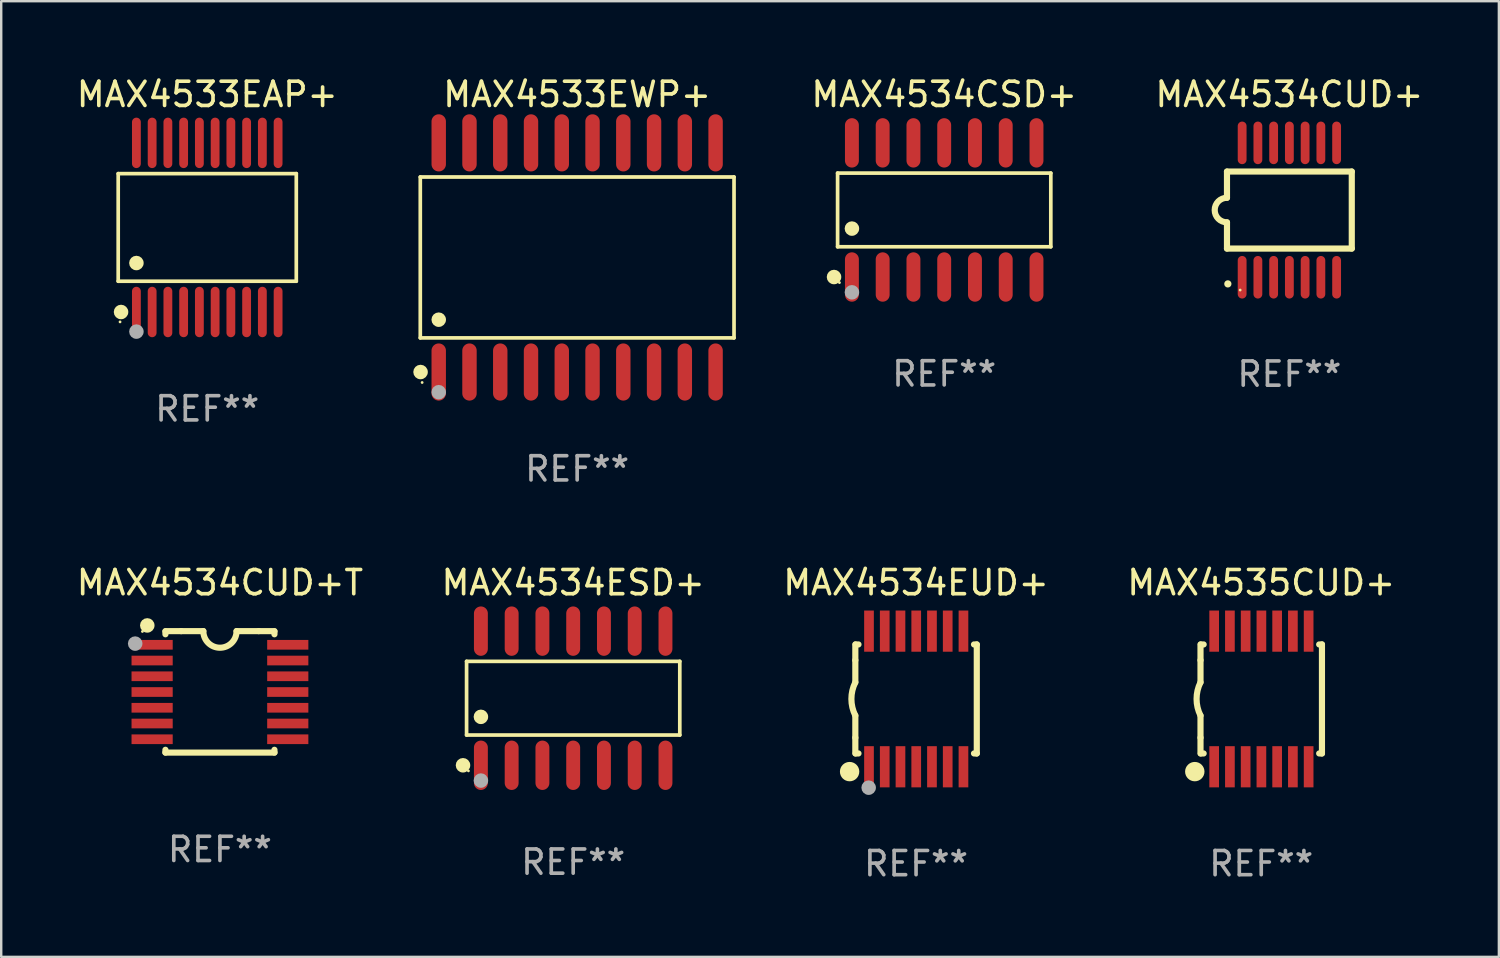
<source format=kicad_pcb>
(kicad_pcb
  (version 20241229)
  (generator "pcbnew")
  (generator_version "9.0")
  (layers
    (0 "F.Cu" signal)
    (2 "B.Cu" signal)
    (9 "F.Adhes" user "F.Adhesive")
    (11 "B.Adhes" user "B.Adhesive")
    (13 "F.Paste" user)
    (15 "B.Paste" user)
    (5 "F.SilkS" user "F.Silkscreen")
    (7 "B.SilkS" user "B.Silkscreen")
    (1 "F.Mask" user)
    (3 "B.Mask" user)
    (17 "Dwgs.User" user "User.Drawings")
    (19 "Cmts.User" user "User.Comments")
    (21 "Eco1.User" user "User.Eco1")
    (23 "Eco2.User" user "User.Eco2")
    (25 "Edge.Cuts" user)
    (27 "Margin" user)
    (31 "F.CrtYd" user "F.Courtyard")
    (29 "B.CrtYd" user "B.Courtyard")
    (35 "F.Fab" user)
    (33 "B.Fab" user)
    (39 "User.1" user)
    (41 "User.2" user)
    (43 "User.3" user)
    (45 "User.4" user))
  (footprint "MAX4533EWP+"
    (layer "F.Cu")
    (at 20.777 7.578)
    (property "Reference" "MAX4533EWP+" (at 0 -6.73 0) (layer "F.SilkS") (effects (font (size 1 1) (thickness 0.15))))
    (attr through_hole)
    (fp_line (start -6.476 -3.321) (end 6.476 -3.321) (stroke (width 0.152) (type solid)) (layer "F.SilkS"))
    (fp_line (start -6.476 3.321) (end -6.476 -3.321) (stroke (width 0.152) (type solid)) (layer "F.SilkS"))
    (fp_line (start 6.476 -3.321) (end 6.476 3.321) (stroke (width 0.152) (type solid)) (layer "F.SilkS"))
    (fp_line (start 6.476 3.321) (end -6.476 3.321) (stroke (width 0.152) (type solid)) (layer "F.SilkS"))
    (fp_circle (center -6.465 4.73) (end -6.315 4.73) (stroke (width 0.3) (type solid)) (fill no) (layer "F.SilkS"))
    (fp_circle (center -6.4 5.163) (end -6.37 5.163) (stroke (width 0.06) (type solid)) (fill no) (layer "F.SilkS"))
    (fp_circle (center -5.715 2.569) (end -5.565 2.569) (stroke (width 0.3) (type solid)) (fill no) (layer "F.SilkS"))
    (fp_circle (center -5.715 5.563) (end -5.565 5.563) (stroke (width 0.3) (type solid)) (fill no) (layer "F.Fab"))
    (fp_text user "REF**" (at 0 8.73 0) (layer "F.Fab") (effects (font (size 1 1) (thickness 0.15))))
    (pad "1" smd oval (at -5.715 4.73) (size 0.595 2.36) (layers "F.Cu" "F.Mask" "F.Paste"))
    (pad "2" smd oval (at -4.445 4.73) (size 0.595 2.36) (layers "F.Cu" "F.Mask" "F.Paste"))
    (pad "3" smd oval (at -3.175 4.73) (size 0.595 2.36) (layers "F.Cu" "F.Mask" "F.Paste"))
    (pad "4" smd oval (at -1.905 4.73) (size 0.595 2.36) (layers "F.Cu" "F.Mask" "F.Paste"))
    (pad "5" smd oval (at -0.635 4.73) (size 0.595 2.36) (layers "F.Cu" "F.Mask" "F.Paste"))
    (pad "6" smd oval (at 0.635 4.73) (size 0.595 2.36) (layers "F.Cu" "F.Mask" "F.Paste"))
    (pad "7" smd oval (at 1.905 4.73) (size 0.595 2.36) (layers "F.Cu" "F.Mask" "F.Paste"))
    (pad "8" smd oval (at 3.175 4.73) (size 0.595 2.36) (layers "F.Cu" "F.Mask" "F.Paste"))
    (pad "9" smd oval (at 4.445 4.73) (size 0.595 2.36) (layers "F.Cu" "F.Mask" "F.Paste"))
    (pad "10" smd oval (at 5.715 4.73) (size 0.595 2.36) (layers "F.Cu" "F.Mask" "F.Paste"))
    (pad "11" smd oval (at 5.715 -4.73) (size 0.595 2.36) (layers "F.Cu" "F.Mask" "F.Paste"))
    (pad "12" smd oval (at 4.445 -4.73) (size 0.595 2.36) (layers "F.Cu" "F.Mask" "F.Paste"))
    (pad "13" smd oval (at 3.175 -4.73) (size 0.595 2.36) (layers "F.Cu" "F.Mask" "F.Paste"))
    (pad "14" smd oval (at 1.905 -4.73) (size 0.595 2.36) (layers "F.Cu" "F.Mask" "F.Paste"))
    (pad "15" smd oval (at 0.635 -4.73) (size 0.595 2.36) (layers "F.Cu" "F.Mask" "F.Paste"))
    (pad "16" smd oval (at -0.635 -4.73) (size 0.595 2.36) (layers "F.Cu" "F.Mask" "F.Paste"))
    (pad "17" smd oval (at -1.905 -4.73) (size 0.595 2.36) (layers "F.Cu" "F.Mask" "F.Paste"))
    (pad "18" smd oval (at -3.175 -4.73) (size 0.595 2.36) (layers "F.Cu" "F.Mask" "F.Paste"))
    (pad "19" smd oval (at -4.445 -4.73) (size 0.595 2.36) (layers "F.Cu" "F.Mask" "F.Paste"))
    (pad "20" smd oval (at -5.715 -4.73) (size 0.595 2.36) (layers "F.Cu" "F.Mask" "F.Paste")))
  (footprint "MAX4534CUD+"
    (layer "F.Cu")
    (at 50.18 5.622)
    (property "Reference" "MAX4534CUD+" (at 0 -4.774 0) (layer "F.SilkS") (effects (font (size 1 1) (thickness 0.15))))
    (attr through_hole)
    (fp_line (start -2.576 -1.59) (end -2.576 -0.508) (stroke (width 0.254) (type solid)) (layer "F.SilkS"))
    (fp_line (start -2.576 -1.59) (end 2.576 -1.59) (stroke (width 0.254) (type solid)) (layer "F.SilkS"))
    (fp_line (start -2.576 1.59) (end -2.576 0.508) (stroke (width 0.254) (type solid)) (layer "F.SilkS"))
    (fp_line (start 2.576 -1.59) (end 2.576 1.59) (stroke (width 0.254) (type solid)) (layer "F.SilkS"))
    (fp_line (start 2.576 1.59) (end -2.576 1.59) (stroke (width 0.254) (type solid)) (layer "F.SilkS"))
    (fp_arc (start -2.576099 0.506706) (mid -3.081511 0) (end -2.576098 -0.506706) (stroke (width 0.254001) (type solid)) (layer "F.SilkS"))
    (fp_circle (center -2.54 3.048) (end -2.465 3.048) (stroke (width 0.15) (type solid)) (fill no) (layer "F.SilkS"))
    (fp_circle (center -2.032 3.302) (end -2.002 3.302) (stroke (width 0.06) (type solid)) (fill no) (layer "F.SilkS"))
    (fp_text user "REF**" (at 0 6.774 0) (layer "F.Fab") (effects (font (size 1 1) (thickness 0.15))))
    (pad "1" smd oval (at -1.95 2.774) (size 0.364 1.758) (layers "F.Cu" "F.Mask" "F.Paste"))
    (pad "2" smd oval (at -1.3 2.774) (size 0.364 1.758) (layers "F.Cu" "F.Mask" "F.Paste"))
    (pad "3" smd oval (at -0.65 2.774) (size 0.364 1.758) (layers "F.Cu" "F.Mask" "F.Paste"))
    (pad "4" smd oval (at 0 2.774) (size 0.364 1.758) (layers "F.Cu" "F.Mask" "F.Paste"))
    (pad "5" smd oval (at 0.65 2.774) (size 0.364 1.758) (layers "F.Cu" "F.Mask" "F.Paste"))
    (pad "6" smd oval (at 1.3 2.774) (size 0.364 1.758) (layers "F.Cu" "F.Mask" "F.Paste"))
    (pad "7" smd oval (at 1.95 2.774) (size 0.364 1.758) (layers "F.Cu" "F.Mask" "F.Paste"))
    (pad "8" smd oval (at 1.95 -2.774) (size 0.364 1.758) (layers "F.Cu" "F.Mask" "F.Paste"))
    (pad "9" smd oval (at 1.3 -2.774) (size 0.364 1.758) (layers "F.Cu" "F.Mask" "F.Paste"))
    (pad "10" smd oval (at 0.65 -2.774) (size 0.364 1.758) (layers "F.Cu" "F.Mask" "F.Paste"))
    (pad "11" smd oval (at 0 -2.774) (size 0.364 1.758) (layers "F.Cu" "F.Mask" "F.Paste"))
    (pad "12" smd oval (at -0.65 -2.774) (size 0.364 1.758) (layers "F.Cu" "F.Mask" "F.Paste"))
    (pad "13" smd oval (at -1.3 -2.774) (size 0.364 1.758) (layers "F.Cu" "F.Mask" "F.Paste"))
    (pad "14" smd oval (at -1.95 -2.774) (size 0.364 1.758) (layers "F.Cu" "F.Mask" "F.Paste")))
  (footprint "MAX4534EUD+"
    (layer "F.Cu")
    (at 34.768 25.805)
    (property "Reference" "MAX4534EUD+" (at 0 -4.8 0) (layer "F.SilkS") (effects (font (size 1 1) (thickness 0.15))))
    (attr through_hole)
    (fp_line (start -2.507 -1.6) (end -2.507 -2.25) (stroke (width 0.254) (type solid)) (layer "F.SilkS"))
    (fp_line (start -2.507 -0.686) (end -2.507 -1.6) (stroke (width 0.254) (type solid)) (layer "F.SilkS"))
    (fp_line (start -2.507 1.6) (end -2.507 0.686) (stroke (width 0.254) (type solid)) (layer "F.SilkS"))
    (fp_line (start -2.507 1.6) (end -2.507 2.25) (stroke (width 0.254) (type solid)) (layer "F.SilkS"))
    (fp_line (start -2.493 -2.25) (end -2.377 -2.25) (stroke (width 0.254) (type solid)) (layer "F.SilkS"))
    (fp_line (start -2.377 2.25) (end -2.493 2.25) (stroke (width 0.254) (type solid)) (layer "F.SilkS"))
    (fp_line (start 2.392 -2.25) (end 2.507 -2.25) (stroke (width 0.254) (type solid)) (layer "F.SilkS"))
    (fp_line (start 2.507 -2.25) (end 2.507 2.25) (stroke (width 0.254) (type solid)) (layer "F.SilkS"))
    (fp_line (start 2.507 2.25) (end 2.392 2.25) (stroke (width 0.254) (type solid)) (layer "F.SilkS"))
    (fp_arc (start -2.507303 0.685802) (mid -2.669199 0) (end -2.507303 -0.685801) (stroke (width 0.254001) (type solid)) (layer "F.SilkS"))
    (fp_circle (center -2.743 3) (end -2.543 3) (stroke (width 0.4) (type solid)) (fill no) (layer "F.SilkS"))
    (fp_circle (center -2.493 3.2) (end -2.463 3.2) (stroke (width 0.06) (type solid)) (fill no) (layer "F.SilkS"))
    (fp_circle (center -1.957 3.662) (end -1.807 3.662) (stroke (width 0.3) (type solid)) (fill no) (layer "F.Fab"))
    (fp_text user "REF**" (at 0 6.8 0) (layer "F.Fab") (effects (font (size 1 1) (thickness 0.15))))
    (pad "1" smd rect (at -1.943 2.8) (size 0.4 1.7) (layers "F.Cu" "F.Mask" "F.Paste"))
    (pad "2" smd rect (at -1.293 2.8) (size 0.4 1.7) (layers "F.Cu" "F.Mask" "F.Paste"))
    (pad "3" smd rect (at -0.643 2.8) (size 0.4 1.7) (layers "F.Cu" "F.Mask" "F.Paste"))
    (pad "4" smd rect (at 0.007 2.8) (size 0.4 1.7) (layers "F.Cu" "F.Mask" "F.Paste"))
    (pad "5" smd rect (at 0.657 2.8) (size 0.4 1.7) (layers "F.Cu" "F.Mask" "F.Paste"))
    (pad "6" smd rect (at 1.307 2.8) (size 0.4 1.7) (layers "F.Cu" "F.Mask" "F.Paste"))
    (pad "7" smd rect (at 1.957 2.8) (size 0.4 1.7) (layers "F.Cu" "F.Mask" "F.Paste"))
    (pad "8" smd rect (at 1.957 -2.8) (size 0.4 1.7) (layers "F.Cu" "F.Mask" "F.Paste"))
    (pad "9" smd rect (at 1.307 -2.8) (size 0.4 1.7) (layers "F.Cu" "F.Mask" "F.Paste"))
    (pad "10" smd rect (at 0.657 -2.8) (size 0.4 1.7) (layers "F.Cu" "F.Mask" "F.Paste"))
    (pad "11" smd rect (at 0.007 -2.8) (size 0.4 1.7) (layers "F.Cu" "F.Mask" "F.Paste"))
    (pad "12" smd rect (at -0.643 -2.8) (size 0.4 1.7) (layers "F.Cu" "F.Mask" "F.Paste"))
    (pad "13" smd rect (at -1.293 -2.8) (size 0.4 1.7) (layers "F.Cu" "F.Mask" "F.Paste"))
    (pad "14" smd rect (at -1.943 -2.8) (size 0.4 1.7) (layers "F.Cu" "F.Mask" "F.Paste")))
  (footprint "MAX4534CSD+"
    (layer "F.Cu")
    (at 35.93 5.617)
    (property "Reference" "MAX4534CSD+" (at 0 -4.769 0) (layer "F.SilkS") (effects (font (size 1 1) (thickness 0.15))))
    (attr through_hole)
    (fp_line (start -4.401 -1.521) (end 4.401 -1.521) (stroke (width 0.152) (type solid)) (layer "F.SilkS"))
    (fp_line (start -4.401 1.521) (end -4.401 -1.521) (stroke (width 0.152) (type solid)) (layer "F.SilkS"))
    (fp_line (start 4.401 -1.521) (end 4.401 1.521) (stroke (width 0.152) (type solid)) (layer "F.SilkS"))
    (fp_line (start 4.401 1.521) (end -4.401 1.521) (stroke (width 0.152) (type solid)) (layer "F.SilkS"))
    (fp_circle (center -4.549 2.769) (end -4.399 2.769) (stroke (width 0.3) (type solid)) (fill no) (layer "F.SilkS"))
    (fp_circle (center -4.325 3) (end -4.295 3) (stroke (width 0.06) (type solid)) (fill no) (layer "F.SilkS"))
    (fp_circle (center -3.81 0.769) (end -3.66 0.769) (stroke (width 0.3) (type solid)) (fill no) (layer "F.SilkS"))
    (fp_circle (center -3.81 3.4) (end -3.66 3.4) (stroke (width 0.3) (type solid)) (fill no) (layer "F.Fab"))
    (fp_text user "REF**" (at 0 6.769 0) (layer "F.Fab") (effects (font (size 1 1) (thickness 0.15))))
    (pad "1" smd oval (at -3.81 2.769) (size 0.574 2.038) (layers "F.Cu" "F.Mask" "F.Paste"))
    (pad "2" smd oval (at -2.54 2.769) (size 0.574 2.038) (layers "F.Cu" "F.Mask" "F.Paste"))
    (pad "3" smd oval (at -1.27 2.769) (size 0.574 2.038) (layers "F.Cu" "F.Mask" "F.Paste"))
    (pad "4" smd oval (at 0 2.769) (size 0.574 2.038) (layers "F.Cu" "F.Mask" "F.Paste"))
    (pad "5" smd oval (at 1.27 2.769) (size 0.574 2.038) (layers "F.Cu" "F.Mask" "F.Paste"))
    (pad "6" smd oval (at 2.54 2.769) (size 0.574 2.038) (layers "F.Cu" "F.Mask" "F.Paste"))
    (pad "7" smd oval (at 3.81 2.769) (size 0.574 2.038) (layers "F.Cu" "F.Mask" "F.Paste"))
    (pad "8" smd oval (at 3.81 -2.769) (size 0.574 2.038) (layers "F.Cu" "F.Mask" "F.Paste"))
    (pad "9" smd oval (at 2.54 -2.769) (size 0.574 2.038) (layers "F.Cu" "F.Mask" "F.Paste"))
    (pad "10" smd oval (at 1.27 -2.769) (size 0.574 2.038) (layers "F.Cu" "F.Mask" "F.Paste"))
    (pad "11" smd oval (at 0 -2.769) (size 0.574 2.038) (layers "F.Cu" "F.Mask" "F.Paste"))
    (pad "12" smd oval (at -1.27 -2.769) (size 0.574 2.038) (layers "F.Cu" "F.Mask" "F.Paste"))
    (pad "13" smd oval (at -2.54 -2.769) (size 0.574 2.038) (layers "F.Cu" "F.Mask" "F.Paste"))
    (pad "14" smd oval (at -3.81 -2.769) (size 0.574 2.038) (layers "F.Cu" "F.Mask" "F.Paste")))
  (footprint "MAX4535CUD+"
    (layer "F.Cu")
    (at 49.018 25.805)
    (property "Reference" "MAX4535CUD+" (at 0 -4.8 0) (layer "F.SilkS") (effects (font (size 1 1) (thickness 0.15))))
    (attr through_hole)
    (fp_line (start -2.507 -1.6) (end -2.507 -2.25) (stroke (width 0.254) (type solid)) (layer "F.SilkS"))
    (fp_line (start -2.507 -0.686) (end -2.507 -1.6) (stroke (width 0.254) (type solid)) (layer "F.SilkS"))
    (fp_line (start -2.507 1.6) (end -2.507 0.686) (stroke (width 0.254) (type solid)) (layer "F.SilkS"))
    (fp_line (start -2.507 1.6) (end -2.507 2.25) (stroke (width 0.254) (type solid)) (layer "F.SilkS"))
    (fp_line (start -2.493 -2.25) (end -2.377 -2.25) (stroke (width 0.254) (type solid)) (layer "F.SilkS"))
    (fp_line (start -2.377 2.25) (end -2.493 2.25) (stroke (width 0.254) (type solid)) (layer "F.SilkS"))
    (fp_line (start 2.392 -2.25) (end 2.507 -2.25) (stroke (width 0.254) (type solid)) (layer "F.SilkS"))
    (fp_line (start 2.507 -2.25) (end 2.507 2.25) (stroke (width 0.254) (type solid)) (layer "F.SilkS"))
    (fp_line (start 2.507 2.25) (end 2.392 2.25) (stroke (width 0.254) (type solid)) (layer "F.SilkS"))
    (fp_arc (start -2.507303 0.685802) (mid -2.669199 0) (end -2.507303 -0.685801) (stroke (width 0.254001) (type solid)) (layer "F.SilkS"))
    (fp_circle (center -2.743 3) (end -2.543 3) (stroke (width 0.4) (type solid)) (fill no) (layer "F.SilkS"))
    (fp_circle (center -2.493 3.2) (end -2.463 3.2) (stroke (width 0.06) (type solid)) (fill no) (layer "F.SilkS"))
    (fp_text user "REF**" (at 0 6.8 0) (layer "F.Fab") (effects (font (size 1 1) (thickness 0.15))))
    (pad "1" smd rect (at -1.943 2.8) (size 0.4 1.7) (layers "F.Cu" "F.Mask" "F.Paste"))
    (pad "2" smd rect (at -1.293 2.8) (size 0.4 1.7) (layers "F.Cu" "F.Mask" "F.Paste"))
    (pad "3" smd rect (at -0.643 2.8) (size 0.4 1.7) (layers "F.Cu" "F.Mask" "F.Paste"))
    (pad "4" smd rect (at 0.007 2.8) (size 0.4 1.7) (layers "F.Cu" "F.Mask" "F.Paste"))
    (pad "5" smd rect (at 0.657 2.8) (size 0.4 1.7) (layers "F.Cu" "F.Mask" "F.Paste"))
    (pad "6" smd rect (at 1.307 2.8) (size 0.4 1.7) (layers "F.Cu" "F.Mask" "F.Paste"))
    (pad "7" smd rect (at 1.957 2.8) (size 0.4 1.7) (layers "F.Cu" "F.Mask" "F.Paste"))
    (pad "8" smd rect (at 1.957 -2.8) (size 0.4 1.7) (layers "F.Cu" "F.Mask" "F.Paste"))
    (pad "9" smd rect (at 1.307 -2.8) (size 0.4 1.7) (layers "F.Cu" "F.Mask" "F.Paste"))
    (pad "10" smd rect (at 0.657 -2.8) (size 0.4 1.7) (layers "F.Cu" "F.Mask" "F.Paste"))
    (pad "11" smd rect (at 0.007 -2.8) (size 0.4 1.7) (layers "F.Cu" "F.Mask" "F.Paste"))
    (pad "12" smd rect (at -0.643 -2.8) (size 0.4 1.7) (layers "F.Cu" "F.Mask" "F.Paste"))
    (pad "13" smd rect (at -1.293 -2.8) (size 0.4 1.7) (layers "F.Cu" "F.Mask" "F.Paste"))
    (pad "14" smd rect (at -1.943 -2.8) (size 0.4 1.7) (layers "F.Cu" "F.Mask" "F.Paste")))
  (footprint "MAX4533EAP+"
    (layer "F.Cu")
    (at 5.506 6.339)
    (property "Reference" "MAX4533EAP+" (at 0 -5.491 0) (layer "F.SilkS") (effects (font (size 1 1) (thickness 0.15))))
    (attr through_hole)
    (fp_line (start -3.676 -2.221) (end 3.676 -2.221) (stroke (width 0.152) (type solid)) (layer "F.SilkS"))
    (fp_line (start -3.676 2.221) (end -3.676 -2.221) (stroke (width 0.152) (type solid)) (layer "F.SilkS"))
    (fp_line (start 3.676 -2.221) (end 3.676 2.221) (stroke (width 0.152) (type solid)) (layer "F.SilkS"))
    (fp_line (start 3.676 2.221) (end -3.676 2.221) (stroke (width 0.152) (type solid)) (layer "F.SilkS"))
    (fp_circle (center -3.6 3.9) (end -3.57 3.9) (stroke (width 0.06) (type solid)) (fill no) (layer "F.SilkS"))
    (fp_circle (center -3.559 3.491) (end -3.409 3.491) (stroke (width 0.3) (type solid)) (fill no) (layer "F.SilkS"))
    (fp_circle (center -2.925 1.469) (end -2.775 1.469) (stroke (width 0.3) (type solid)) (fill no) (layer "F.SilkS"))
    (fp_circle (center -2.925 4.3) (end -2.775 4.3) (stroke (width 0.3) (type solid)) (fill no) (layer "F.Fab"))
    (fp_text user "REF**" (at 0 7.491 0) (layer "F.Fab") (effects (font (size 1 1) (thickness 0.15))))
    (pad "1" smd oval (at -2.925 3.491) (size 0.364 2.082) (layers "F.Cu" "F.Mask" "F.Paste"))
    (pad "2" smd oval (at -2.275 3.491) (size 0.364 2.082) (layers "F.Cu" "F.Mask" "F.Paste"))
    (pad "3" smd oval (at -1.625 3.491) (size 0.364 2.082) (layers "F.Cu" "F.Mask" "F.Paste"))
    (pad "4" smd oval (at -0.975 3.491) (size 0.364 2.082) (layers "F.Cu" "F.Mask" "F.Paste"))
    (pad "5" smd oval (at -0.325 3.491) (size 0.364 2.082) (layers "F.Cu" "F.Mask" "F.Paste"))
    (pad "6" smd oval (at 0.325 3.491) (size 0.364 2.082) (layers "F.Cu" "F.Mask" "F.Paste"))
    (pad "7" smd oval (at 0.975 3.491) (size 0.364 2.082) (layers "F.Cu" "F.Mask" "F.Paste"))
    (pad "8" smd oval (at 1.625 3.491) (size 0.364 2.082) (layers "F.Cu" "F.Mask" "F.Paste"))
    (pad "9" smd oval (at 2.275 3.491) (size 0.364 2.082) (layers "F.Cu" "F.Mask" "F.Paste"))
    (pad "10" smd oval (at 2.925 3.491) (size 0.364 2.082) (layers "F.Cu" "F.Mask" "F.Paste"))
    (pad "11" smd oval (at 2.925 -3.491) (size 0.364 2.082) (layers "F.Cu" "F.Mask" "F.Paste"))
    (pad "12" smd oval (at 2.275 -3.491) (size 0.364 2.082) (layers "F.Cu" "F.Mask" "F.Paste"))
    (pad "13" smd oval (at 1.625 -3.491) (size 0.364 2.082) (layers "F.Cu" "F.Mask" "F.Paste"))
    (pad "14" smd oval (at 0.975 -3.491) (size 0.364 2.082) (layers "F.Cu" "F.Mask" "F.Paste"))
    (pad "15" smd oval (at 0.325 -3.491) (size 0.364 2.082) (layers "F.Cu" "F.Mask" "F.Paste"))
    (pad "16" smd oval (at -0.325 -3.491) (size 0.364 2.082) (layers "F.Cu" "F.Mask" "F.Paste"))
    (pad "17" smd oval (at -0.975 -3.491) (size 0.364 2.082) (layers "F.Cu" "F.Mask" "F.Paste"))
    (pad "18" smd oval (at -1.625 -3.491) (size 0.364 2.082) (layers "F.Cu" "F.Mask" "F.Paste"))
    (pad "19" smd oval (at -2.275 -3.491) (size 0.364 2.082) (layers "F.Cu" "F.Mask" "F.Paste"))
    (pad "20" smd oval (at -2.925 -3.491) (size 0.364 2.082) (layers "F.Cu" "F.Mask" "F.Paste")))
  (footprint "MAX4534CUD+T"
    (layer "F.Cu")
    (at 6.03 25.512)
    (property "Reference" "MAX4534CUD+T" (at 0 -4.507 0) (layer "F.SilkS") (effects (font (size 1 1) (thickness 0.15))))
    (attr through_hole)
    (fp_line (start -2.25 -2.377) (end -2.25 -2.493) (stroke (width 0.254) (type solid)) (layer "F.SilkS"))
    (fp_line (start -2.25 2.507) (end -2.25 2.392) (stroke (width 0.254) (type solid)) (layer "F.SilkS"))
    (fp_line (start -1.6 -2.507) (end -2.25 -2.507) (stroke (width 0.254) (type solid)) (layer "F.SilkS"))
    (fp_line (start -1.6 -2.507) (end -0.686 -2.507) (stroke (width 0.254) (type solid)) (layer "F.SilkS"))
    (fp_line (start 0.686 -2.507) (end 1.6 -2.507) (stroke (width 0.254) (type solid)) (layer "F.SilkS"))
    (fp_line (start 1.6 -2.507) (end 2.25 -2.507) (stroke (width 0.254) (type solid)) (layer "F.SilkS"))
    (fp_line (start 2.25 -2.493) (end 2.25 -2.377) (stroke (width 0.254) (type solid)) (layer "F.SilkS"))
    (fp_line (start 2.25 2.392) (end 2.25 2.507) (stroke (width 0.254) (type solid)) (layer "F.SilkS"))
    (fp_line (start 2.25 2.507) (end -2.25 2.507) (stroke (width 0.254) (type solid)) (layer "F.SilkS"))
    (fp_arc (start 0.685852 -2.507303) (mid 0.000051 -1.821502) (end -0.68575 -2.507303) (stroke (width 0.254001) (type solid)) (layer "F.SilkS"))
    (fp_circle (center -3.2 -2.493) (end -3.17 -2.493) (stroke (width 0.06) (type solid)) (fill no) (layer "F.SilkS"))
    (fp_circle (center -3 -2.743) (end -2.85 -2.743) (stroke (width 0.3) (type solid)) (fill no) (layer "F.SilkS"))
    (fp_circle (center -3.5 -1.993) (end -3.35 -1.993) (stroke (width 0.3) (type solid)) (fill no) (layer "F.Fab"))
    (fp_text user "REF**" (at 0 6.507 0) (layer "F.Fab") (effects (font (size 1 1) (thickness 0.15))))
    (pad "1" smd rect (at -2.8 -1.943) (size 1.7 0.4) (layers "F.Cu" "F.Mask" "F.Paste"))
    (pad "2" smd rect (at -2.8 -1.293) (size 1.7 0.4) (layers "F.Cu" "F.Mask" "F.Paste"))
    (pad "3" smd rect (at -2.8 -0.643) (size 1.7 0.4) (layers "F.Cu" "F.Mask" "F.Paste"))
    (pad "4" smd rect (at -2.8 0.007) (size 1.7 0.4) (layers "F.Cu" "F.Mask" "F.Paste"))
    (pad "5" smd rect (at -2.8 0.657) (size 1.7 0.4) (layers "F.Cu" "F.Mask" "F.Paste"))
    (pad "6" smd rect (at -2.8 1.307) (size 1.7 0.4) (layers "F.Cu" "F.Mask" "F.Paste"))
    (pad "7" smd rect (at -2.8 1.957) (size 1.7 0.4) (layers "F.Cu" "F.Mask" "F.Paste"))
    (pad "8" smd rect (at 2.8 1.957) (size 1.7 0.4) (layers "F.Cu" "F.Mask" "F.Paste"))
    (pad "9" smd rect (at 2.8 1.307) (size 1.7 0.4) (layers "F.Cu" "F.Mask" "F.Paste"))
    (pad "10" smd rect (at 2.8 0.657) (size 1.7 0.4) (layers "F.Cu" "F.Mask" "F.Paste"))
    (pad "11" smd rect (at 2.8 0.007) (size 1.7 0.4) (layers "F.Cu" "F.Mask" "F.Paste"))
    (pad "12" smd rect (at 2.8 -0.643) (size 1.7 0.4) (layers "F.Cu" "F.Mask" "F.Paste"))
    (pad "13" smd rect (at 2.8 -1.293) (size 1.7 0.4) (layers "F.Cu" "F.Mask" "F.Paste"))
    (pad "14" smd rect (at 2.8 -1.943) (size 1.7 0.4) (layers "F.Cu" "F.Mask" "F.Paste")))
  (footprint "MAX4534ESD+"
    (layer "F.Cu")
    (at 20.613 25.774)
    (property "Reference" "MAX4534ESD+" (at 0 -4.769 0) (layer "F.SilkS") (effects (font (size 1 1) (thickness 0.15))))
    (attr through_hole)
    (fp_line (start -4.401 -1.521) (end 4.401 -1.521) (stroke (width 0.152) (type solid)) (layer "F.SilkS"))
    (fp_line (start -4.401 1.521) (end -4.401 -1.521) (stroke (width 0.152) (type solid)) (layer "F.SilkS"))
    (fp_line (start 4.401 -1.521) (end 4.401 1.521) (stroke (width 0.152) (type solid)) (layer "F.SilkS"))
    (fp_line (start 4.401 1.521) (end -4.401 1.521) (stroke (width 0.152) (type solid)) (layer "F.SilkS"))
    (fp_circle (center -4.549 2.769) (end -4.399 2.769) (stroke (width 0.3) (type solid)) (fill no) (layer "F.SilkS"))
    (fp_circle (center -4.325 3) (end -4.295 3) (stroke (width 0.06) (type solid)) (fill no) (layer "F.SilkS"))
    (fp_circle (center -3.81 0.769) (end -3.66 0.769) (stroke (width 0.3) (type solid)) (fill no) (layer "F.SilkS"))
    (fp_circle (center -3.81 3.4) (end -3.66 3.4) (stroke (width 0.3) (type solid)) (fill no) (layer "F.Fab"))
    (fp_text user "REF**" (at 0 6.769 0) (layer "F.Fab") (effects (font (size 1 1) (thickness 0.15))))
    (pad "1" smd oval (at -3.81 2.769) (size 0.574 2.038) (layers "F.Cu" "F.Mask" "F.Paste"))
    (pad "2" smd oval (at -2.54 2.769) (size 0.574 2.038) (layers "F.Cu" "F.Mask" "F.Paste"))
    (pad "3" smd oval (at -1.27 2.769) (size 0.574 2.038) (layers "F.Cu" "F.Mask" "F.Paste"))
    (pad "4" smd oval (at 0 2.769) (size 0.574 2.038) (layers "F.Cu" "F.Mask" "F.Paste"))
    (pad "5" smd oval (at 1.27 2.769) (size 0.574 2.038) (layers "F.Cu" "F.Mask" "F.Paste"))
    (pad "6" smd oval (at 2.54 2.769) (size 0.574 2.038) (layers "F.Cu" "F.Mask" "F.Paste"))
    (pad "7" smd oval (at 3.81 2.769) (size 0.574 2.038) (layers "F.Cu" "F.Mask" "F.Paste"))
    (pad "8" smd oval (at 3.81 -2.769) (size 0.574 2.038) (layers "F.Cu" "F.Mask" "F.Paste"))
    (pad "9" smd oval (at 2.54 -2.769) (size 0.574 2.038) (layers "F.Cu" "F.Mask" "F.Paste"))
    (pad "10" smd oval (at 1.27 -2.769) (size 0.574 2.038) (layers "F.Cu" "F.Mask" "F.Paste"))
    (pad "11" smd oval (at 0 -2.769) (size 0.574 2.038) (layers "F.Cu" "F.Mask" "F.Paste"))
    (pad "12" smd oval (at -1.27 -2.769) (size 0.574 2.038) (layers "F.Cu" "F.Mask" "F.Paste"))
    (pad "13" smd oval (at -2.54 -2.769) (size 0.574 2.038) (layers "F.Cu" "F.Mask" "F.Paste"))
    (pad "14" smd oval (at -3.81 -2.769) (size 0.574 2.038) (layers "F.Cu" "F.Mask" "F.Paste")))
  (gr_rect
    (start -3 -3)
    (end 58.829 36.453)
    (stroke (width 0.1) (type default))
    (fill no)
    (layer "Edge.Cuts")))
</source>
